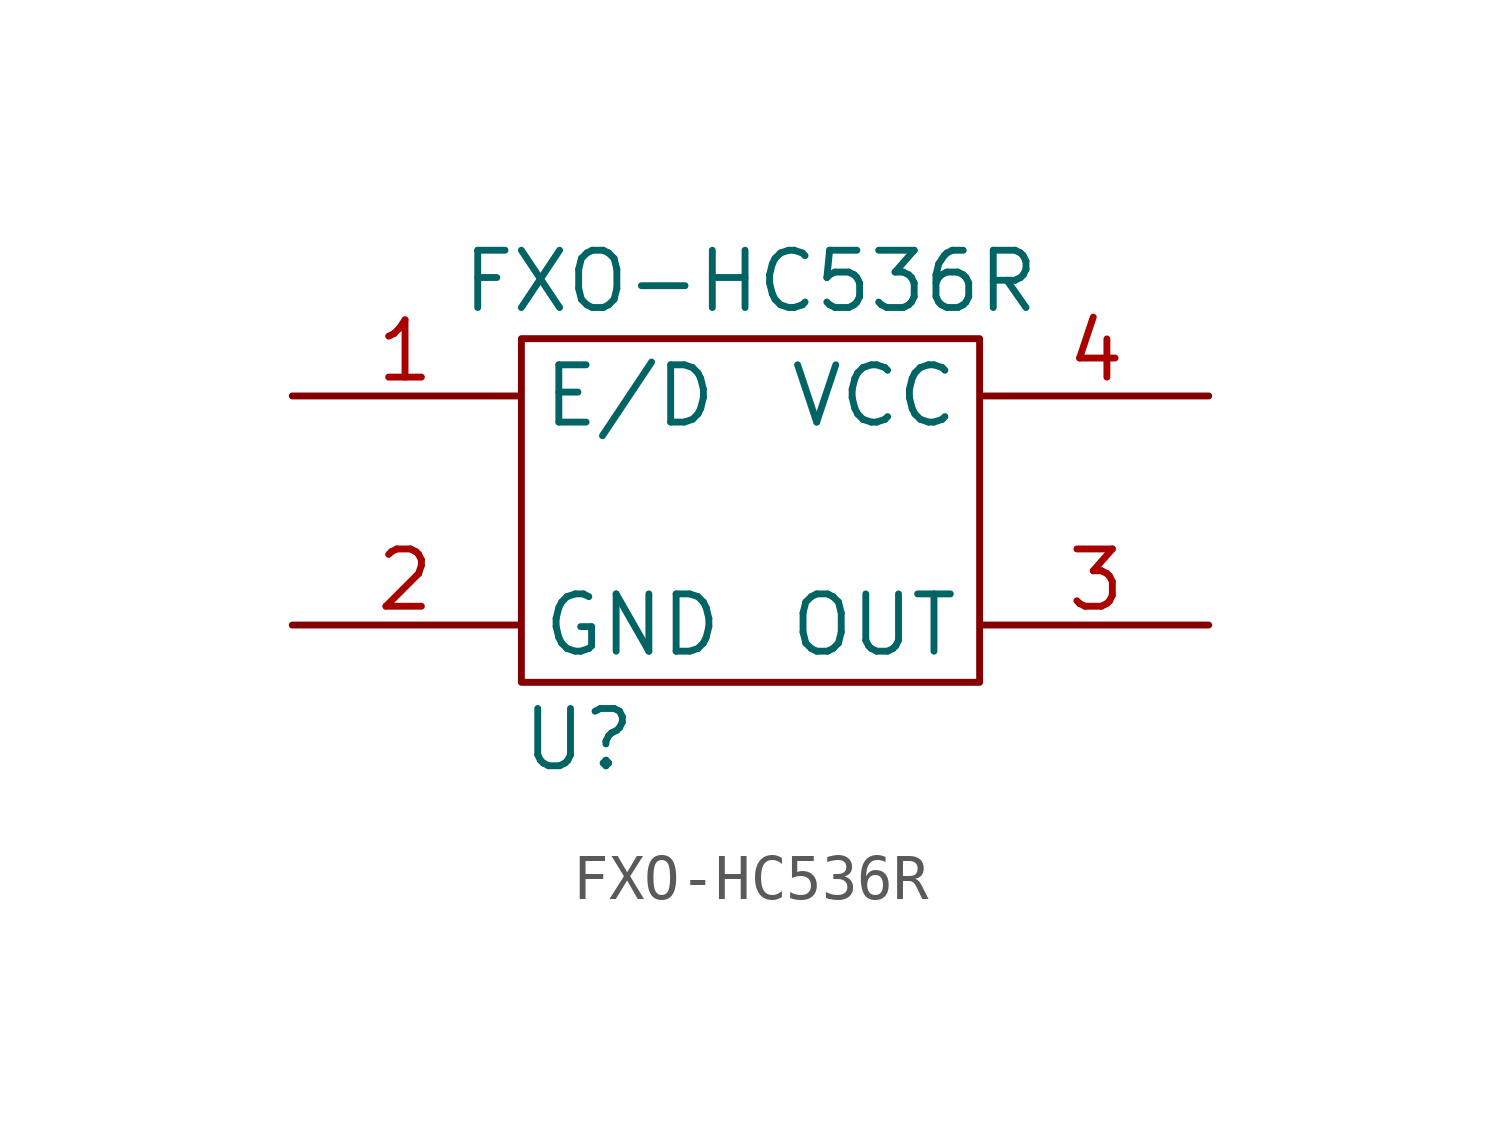
<source format=kicad_sym>
(kicad_symbol_lib
  (version 20211014)
  (generator kicad_symbol_editor)
  (symbol "FXO-HC536R"
    (property "Reference" "U"
      (at -3.81 -5.08 0)
      (effects (font (size 1.27 1.27))))
    (property "Value" "FXO-HC536R"
      (at 0 5.08 0)
      (effects (font (size 1.27 1.27))))
    (symbol "FXO-HC536R_0_1"
      (rectangle (start -5.08 3.81) (end 5.08 -3.81) (stroke (width 0) (type default) (color 0 0 0 0)) (fill (type none))))
    (symbol "FXO-HC536R_1_1"
      (pin passive line (at -10.16 2.54 0) (length 5) (name "E/D" (effects (font (size 1.27 1.27)))) (number "1" (effects (font (size 1.27 1.27)))))
      (pin passive line (at -10.16 -2.54 0) (length 5) (name "GND" (effects (font (size 1.27 1.27)))) (number "2" (effects (font (size 1.27 1.27)))))
      (pin output line (at 10.16 -2.54 180) (length 5) (name "OUT" (effects (font (size 1.27 1.27)))) (number "3" (effects (font (size 1.27 1.27)))))
      (pin passive line (at 10.16 2.54 180) (length 5) (name "VCC" (effects (font (size 1.27 1.27)))) (number "4" (effects (font (size 1.27 1.27))))))))
</source>
